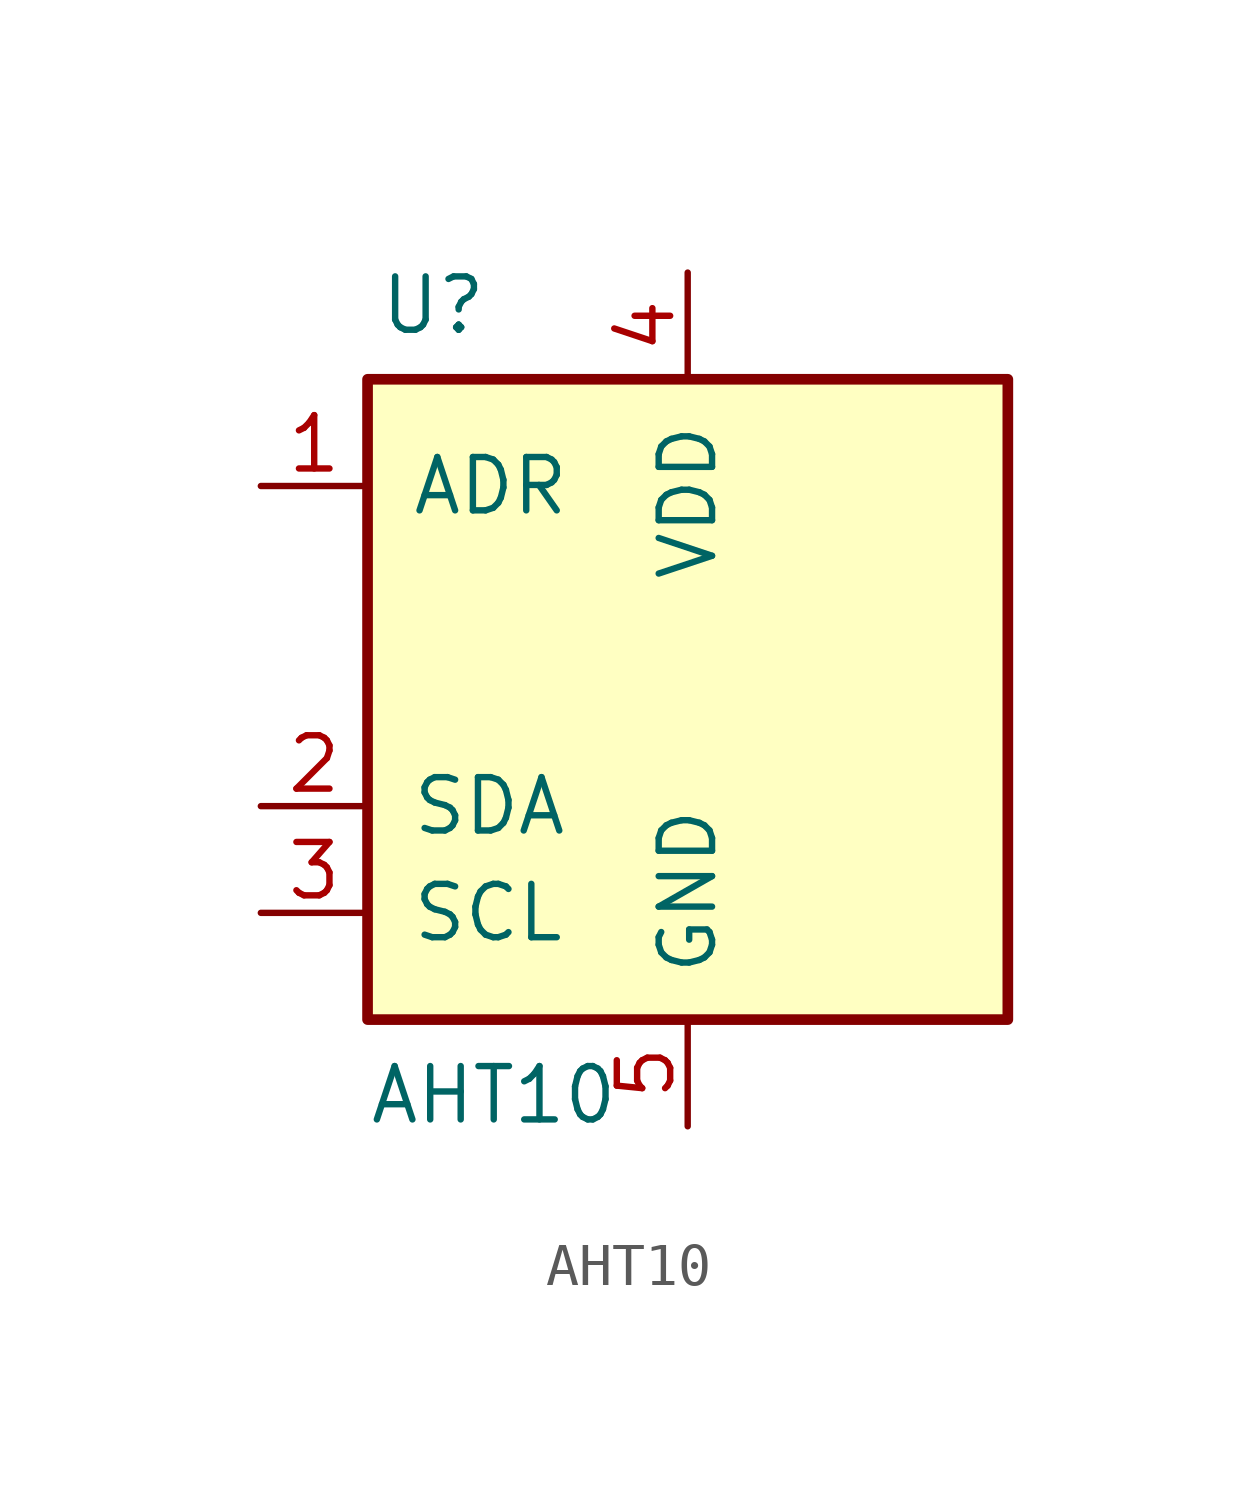
<source format=kicad_sym>
(kicad_symbol_lib
  (version 20240529)
  (generator "kicad_symbol_editor")
  (generator_version "8.99")
  (symbol "AHT10"
    (pin_names
      (offset 1.016))
    (property "Reference" "U"
      (at -7.366 8.636 0)
      (effects (font (size 1.27 1.27)) (justify left bottom)))
    (property "Value" "AHT10"
      (at -7.62 -10.16 0)
      (effects (font (size 1.27 1.27)) (justify left bottom)))
    (symbol "AHT10_0_0"
      (rectangle (start -7.62 7.62) (end 7.62 -7.62) (stroke (width 0.254) (type default)) (fill (type background))))
    (symbol "AHT10_1_0"
      (pin input line (at -10.16 5.08 0) (length 2.54) (name "ADR" (effects (font (size 1.27 1.27)))) (number "1" (effects (font (size 1.27 1.27)))))
      (pin bidirectional line (at -10.16 -2.54 0) (length 2.54) (name "SDA" (effects (font (size 1.27 1.27)))) (number "2" (effects (font (size 1.27 1.27)))))
      (pin bidirectional line (at -10.16 -5.08 0) (length 2.54) (name "SCL" (effects (font (size 1.27 1.27)))) (number "3" (effects (font (size 1.27 1.27)))))
      (pin power_in line (at 0 10.16 270) (length 2.54) (name "VDD" (effects (font (size 1.27 1.27)))) (number "4" (effects (font (size 1.27 1.27)))))
      (pin power_in line (at 0 -10.16 90) (length 2.54) (name "GND" (effects (font (size 1.27 1.27)))) (number "5" (effects (font (size 1.27 1.27)))))
      (pin no_connect line (at 7.62 5.08 180) (length 2.54) hide (name "NC" (effects (font (size 1.27 1.27)))) (number "6" (effects (font (size 1.27 1.27))))))))
</source>
